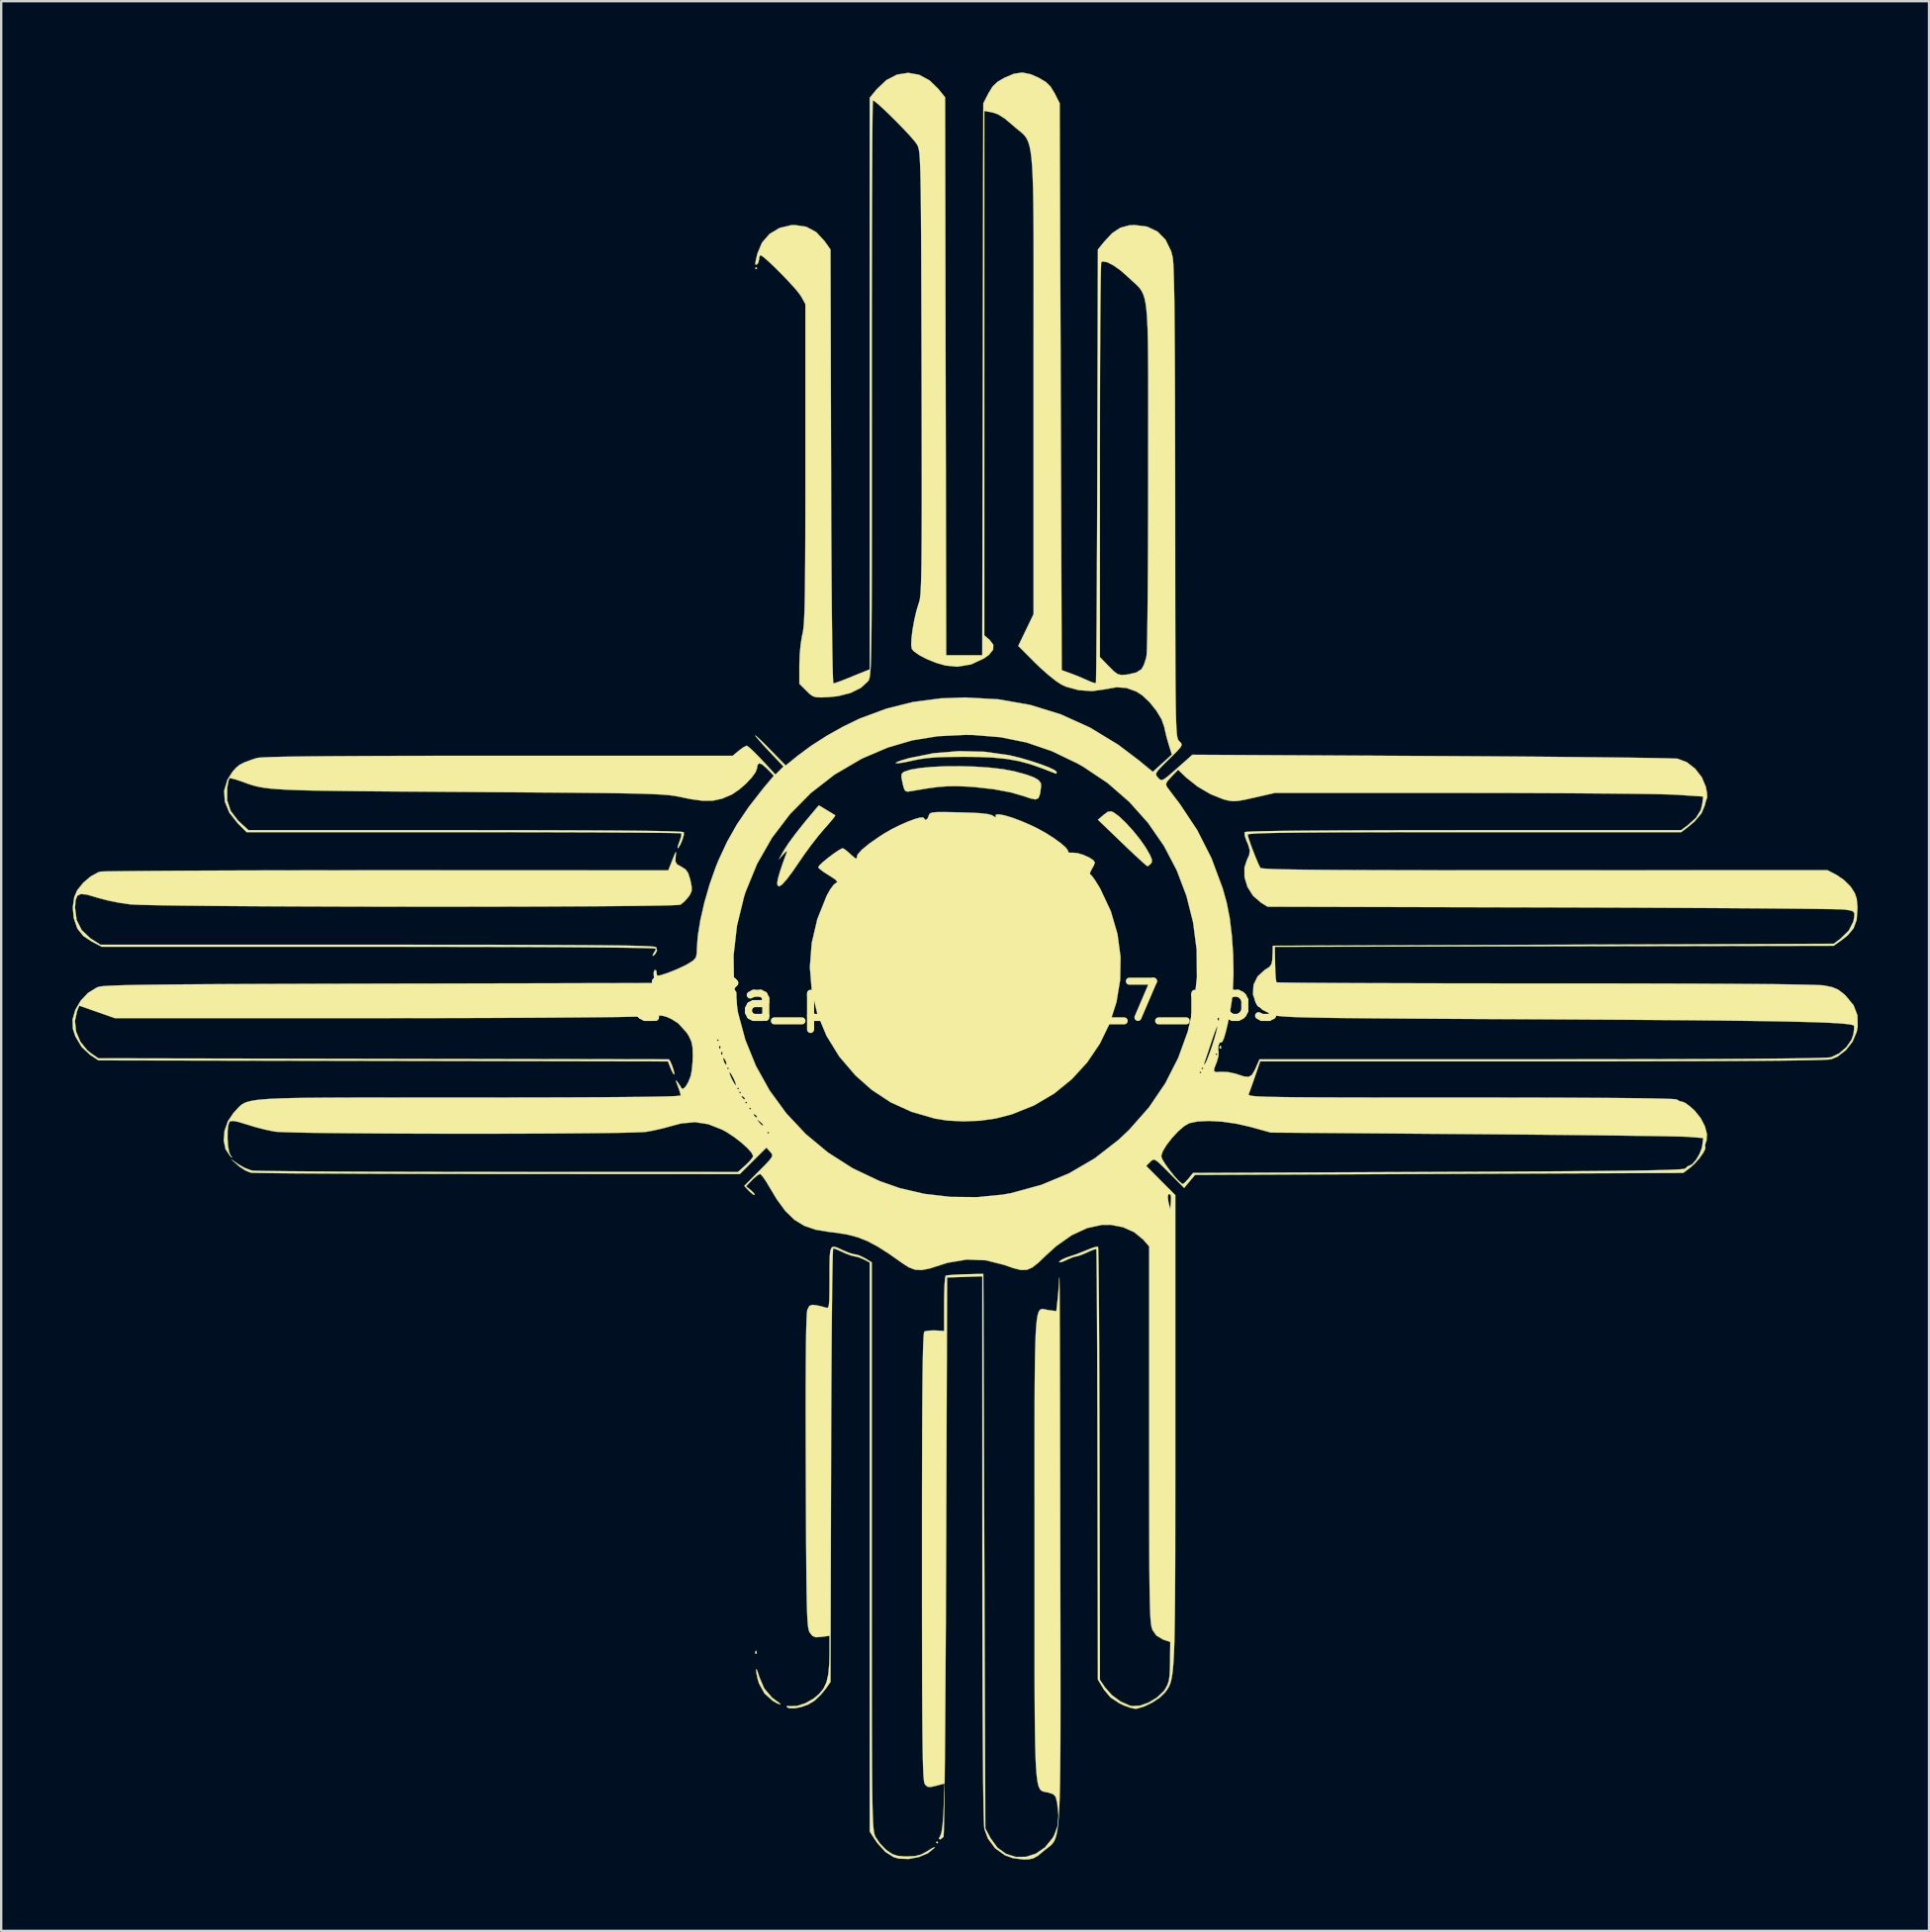
<source format=kicad_pcb>
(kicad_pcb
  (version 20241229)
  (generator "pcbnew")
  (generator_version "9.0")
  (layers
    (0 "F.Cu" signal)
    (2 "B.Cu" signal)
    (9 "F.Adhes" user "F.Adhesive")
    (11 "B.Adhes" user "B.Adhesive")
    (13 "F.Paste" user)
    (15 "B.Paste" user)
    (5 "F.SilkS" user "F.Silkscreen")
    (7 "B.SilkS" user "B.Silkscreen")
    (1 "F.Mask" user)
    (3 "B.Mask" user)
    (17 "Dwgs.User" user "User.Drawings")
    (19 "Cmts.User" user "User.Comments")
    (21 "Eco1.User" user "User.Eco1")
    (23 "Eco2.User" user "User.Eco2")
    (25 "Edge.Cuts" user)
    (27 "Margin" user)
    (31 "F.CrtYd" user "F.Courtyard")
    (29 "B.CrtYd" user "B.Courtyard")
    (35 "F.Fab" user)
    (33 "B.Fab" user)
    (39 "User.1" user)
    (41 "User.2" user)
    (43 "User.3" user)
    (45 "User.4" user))
  (footprint "dczia_png_export_7_pos"
    (layer "F.Cu")
    (at 37.218 39.107)
    (property "Reference" "dczia_png_export_7_pos" (at 0 0 0) (layer "F.SilkS") (effects (font (size 1.524 1.524) (thickness 0.3))))
    (attr through_hole)
    (fp_poly (pts (xy -0.487 32.987) (xy -0.487 32.953) (xy -0.486 32.953) (xy -0.487 32.987)) (stroke (width 0.01) (type solid)) (fill yes) (layer "F.SilkS"))
    (fp_poly (pts (xy -8.382 -30.861) (xy -8.424 -30.819) (xy -8.467 -30.861) (xy -8.424 -30.903) (xy -8.382 -30.861)) (stroke (width 0.01) (type solid)) (fill yes) (layer "F.SilkS"))
    (fp_poly (pts (xy -0.762 35.433) (xy -0.804 35.475) (xy -0.847 35.433) (xy -0.804 35.391) (xy -0.762 35.433)) (stroke (width 0.01) (type solid)) (fill yes) (layer "F.SilkS"))
    (fp_poly (pts (xy -8.41 27.376) (xy -8.4 27.476) (xy -8.41 27.488) (xy -8.461 27.477) (xy -8.467 27.432) (xy -8.436 27.362) (xy -8.41 27.376)) (stroke (width 0.01) (type solid)) (fill yes) (layer "F.SilkS"))
    (fp_poly (pts (xy 11.148 1.891) (xy 11.158 1.991) (xy 11.148 2.004) (xy 11.097 1.992) (xy 11.091 1.947) (xy 11.122 1.878) (xy 11.148 1.891)) (stroke (width 0.01) (type solid)) (fill yes) (layer "F.SilkS"))
    (fp_poly (pts (xy -0.493 33.466) (xy -0.502 34.099) (xy -0.511 34.598) (xy -0.52 34.953) (xy -0.529 35.155) (xy -0.534 35.2) (xy -0.65 35.297) (xy -0.693 35.306) (xy -0.726 35.257) (xy -0.675 35.176) (xy -0.619 35.021) (xy -0.573 34.711) (xy -0.538 34.258) (xy -0.526 33.999) (xy -0.487 32.987) (xy -0.493 33.466)) (stroke (width 0.01) (type solid)) (fill yes) (layer "F.SilkS"))
    (fp_poly (pts (xy -8.395 28.158) (xy -8.332 28.328) (xy -8.296 28.452) (xy -8.085 28.947) (xy -7.752 29.338) (xy -7.58 29.466) (xy -7.436 29.57) (xy -7.397 29.624) (xy -7.408 29.626) (xy -7.534 29.58) (xy -7.718 29.476) (xy -7.722 29.474) (xy -8.071 29.163) (xy -8.301 28.745) (xy -8.364 28.535) (xy -8.419 28.271) (xy -8.427 28.142) (xy -8.395 28.158)) (stroke (width 0.01) (type solid)) (fill yes) (layer "F.SilkS"))
    (fp_poly (pts (xy 6.63 -7.945) (xy 6.856 -7.781) (xy 7.138 -7.514) (xy 7.441 -7.183) (xy 7.731 -6.826) (xy 7.971 -6.483) (xy 7.999 -6.438) (xy 8.163 -6.152) (xy 8.24 -5.969) (xy 8.242 -5.851) (xy 8.21 -5.797) (xy 8.1 -5.695) (xy 8.054 -5.677) (xy 7.978 -5.734) (xy 7.803 -5.89) (xy 7.548 -6.124) (xy 7.235 -6.418) (xy 6.985 -6.658) (xy 5.969 -7.635) (xy 6.207 -7.839) (xy 6.385 -7.97) (xy 6.52 -7.989) (xy 6.63 -7.945)) (stroke (width 0.01) (type solid)) (fill yes) (layer "F.SilkS"))
    (fp_poly (pts (xy -5.453 -8.043) (xy -5.248 -7.919) (xy -5.114 -7.836) (xy -5.091 -7.821) (xy -5.129 -7.752) (xy -5.258 -7.589) (xy -5.454 -7.363) (xy -5.543 -7.264) (xy -5.809 -6.95) (xy -6.115 -6.557) (xy -6.411 -6.15) (xy -6.535 -5.969) (xy -6.874 -5.474) (xy -7.137 -5.123) (xy -7.329 -4.909) (xy -7.455 -4.827) (xy -7.522 -4.873) (xy -7.535 -4.982) (xy -7.505 -5.158) (xy -7.42 -5.455) (xy -7.292 -5.836) (xy -7.149 -6.223) (xy -7.124 -6.316) (xy -7.175 -6.287) (xy -7.276 -6.181) (xy -7.467 -5.969) (xy -7.268 -6.324) (xy -7.074 -6.628) (xy -6.777 -7.032) (xy -6.396 -7.514) (xy -6.003 -7.984) (xy -5.783 -8.242) (xy -5.453 -8.043)) (stroke (width 0.01) (type solid)) (fill yes) (layer "F.SilkS"))
    (fp_poly (pts (xy 1.206 -10.498) (xy 2.239 -10.352) (xy 2.674 -10.248) (xy 3.142 -10.111) (xy 3.559 -9.973) (xy 3.898 -9.844) (xy 4.131 -9.734) (xy 4.231 -9.655) (xy 4.233 -9.646) (xy 4.216 -9.573) (xy 4.212 -9.573) (xy 4.129 -9.604) (xy 3.93 -9.68) (xy 3.657 -9.785) (xy 3.644 -9.791) (xy 3.134 -9.971) (xy 2.642 -10.104) (xy 2.13 -10.196) (xy 1.557 -10.253) (xy 0.883 -10.281) (xy 0.339 -10.286) (xy -0.297 -10.281) (xy -0.799 -10.265) (xy -1.205 -10.233) (xy -1.549 -10.185) (xy -1.801 -10.133) (xy -2.185 -10.051) (xy -2.436 -10.014) (xy -2.546 -10.017) (xy -2.509 -10.058) (xy -2.318 -10.131) (xy -1.979 -10.231) (xy -0.954 -10.437) (xy 0.124 -10.526) (xy 1.206 -10.498)) (stroke (width 0.01) (type solid)) (fill yes) (layer "F.SilkS"))
    (fp_poly (pts (xy 0.81 -9.871) (xy 1.414 -9.83) (xy 1.962 -9.767) (xy 2.422 -9.681) (xy 2.455 -9.673) (xy 2.934 -9.543) (xy 3.265 -9.424) (xy 3.468 -9.307) (xy 3.565 -9.178) (xy 3.578 -9.055) (xy 3.535 -8.728) (xy 3.466 -8.546) (xy 3.339 -8.489) (xy 3.121 -8.534) (xy 2.921 -8.604) (xy 2.313 -8.783) (xy 1.58 -8.921) (xy 0.762 -9.012) (xy 0.466 -9.032) (xy 0.032 -9.048) (xy -0.349 -9.045) (xy -0.73 -9.018) (xy -1.161 -8.962) (xy -1.692 -8.874) (xy -1.868 -8.843) (xy -2.051 -8.817) (xy -2.151 -8.853) (xy -2.211 -8.986) (xy -2.259 -9.181) (xy -2.306 -9.426) (xy -2.298 -9.561) (xy -2.228 -9.637) (xy -2.2 -9.653) (xy -1.932 -9.743) (xy -1.527 -9.813) (xy -1.019 -9.86) (xy -0.439 -9.886) (xy 0.181 -9.889) (xy 0.81 -9.871)) (stroke (width 0.01) (type solid)) (fill yes) (layer "F.SilkS"))
    (fp_poly (pts (xy -0.097 -7.951) (xy 0.151 -7.945) (xy 0.683 -7.929) (xy 1.07 -7.906) (xy 1.334 -7.873) (xy 1.499 -7.829) (xy 1.57 -7.789) (xy 1.665 -7.728) (xy 1.662 -7.768) (xy 1.666 -7.849) (xy 1.799 -7.863) (xy 2.037 -7.82) (xy 2.358 -7.724) (xy 2.738 -7.582) (xy 3.152 -7.402) (xy 3.413 -7.276) (xy 3.771 -7.079) (xy 4.108 -6.865) (xy 4.396 -6.657) (xy 4.605 -6.476) (xy 4.707 -6.343) (xy 4.71 -6.305) (xy 4.751 -6.245) (xy 4.907 -6.247) (xy 5.101 -6.232) (xy 5.345 -6.16) (xy 5.586 -6.054) (xy 5.77 -5.938) (xy 5.842 -5.837) (xy 5.799 -5.71) (xy 5.705 -5.543) (xy 5.633 -5.397) (xy 5.646 -5.334) (xy 5.648 -5.334) (xy 5.723 -5.265) (xy 5.854 -5.082) (xy 6.017 -4.819) (xy 6.074 -4.72) (xy 6.514 -3.782) (xy 6.794 -2.822) (xy 6.923 -1.855) (xy 6.907 -0.895) (xy 6.752 0.043) (xy 6.464 0.945) (xy 6.052 1.796) (xy 5.521 2.581) (xy 4.877 3.286) (xy 4.129 3.896) (xy 3.281 4.396) (xy 2.342 4.772) (xy 1.675 4.945) (xy 1.018 5.039) (xy 0.31 5.068) (xy -0.377 5.033) (xy -0.889 4.953) (xy -1.88 4.665) (xy -2.76 4.266) (xy -3.559 3.739) (xy -4.238 3.138) (xy -4.922 2.34) (xy -5.459 1.469) (xy -5.846 0.541) (xy -6.081 -0.43) (xy -6.161 -1.429) (xy -6.084 -2.441) (xy -5.848 -3.45) (xy -5.451 -4.443) (xy -5.45 -4.445) (xy -5.302 -4.707) (xy -5.156 -4.9) (xy -5.056 -4.977) (xy -5.003 -5.02) (xy -5.072 -5.103) (xy -5.275 -5.241) (xy -5.344 -5.283) (xy -5.583 -5.436) (xy -5.753 -5.566) (xy -5.812 -5.632) (xy -5.76 -5.712) (xy -5.608 -5.856) (xy -5.396 -6.031) (xy -5.165 -6.205) (xy -4.955 -6.348) (xy -4.807 -6.427) (xy -4.776 -6.435) (xy -4.679 -6.38) (xy -4.512 -6.243) (xy -4.423 -6.16) (xy -4.27 -6.028) (xy -4.191 -5.991) (xy -4.191 -6.023) (xy -4.157 -6.164) (xy -3.977 -6.369) (xy -3.662 -6.629) (xy -3.219 -6.937) (xy -3.048 -7.047) (xy -2.73 -7.231) (xy -2.384 -7.404) (xy -2.042 -7.554) (xy -1.74 -7.667) (xy -1.509 -7.729) (xy -1.384 -7.728) (xy -1.372 -7.715) (xy -1.296 -7.623) (xy -1.208 -7.679) (xy -1.159 -7.797) (xy -1.134 -7.865) (xy -1.083 -7.912) (xy -0.98 -7.942) (xy -0.799 -7.956) (xy -0.514 -7.958) (xy -0.097 -7.951)) (stroke (width 0.01) (type solid)) (fill yes) (layer "F.SilkS"))
    (fp_poly (pts (xy -11.803 -6.176) (xy -11.814 -6.091) (xy -11.825 -5.881) (xy -11.756 -5.759) (xy -11.575 -5.656) (xy -11.397 -5.546) (xy -11.286 -5.391) (xy -11.205 -5.135) (xy -11.192 -5.082) (xy -11.139 -4.812) (xy -11.14 -4.638) (xy -11.202 -4.49) (xy -11.266 -4.395) (xy -11.435 -4.199) (xy -11.603 -4.062) (xy -11.611 -4.058) (xy -11.719 -4.045) (xy -11.984 -4.033) (xy -12.394 -4.022) (xy -12.938 -4.013) (xy -13.603 -4.004) (xy -14.377 -3.997) (xy -15.249 -3.99) (xy -16.207 -3.985) (xy -17.237 -3.98) (xy -18.33 -3.976) (xy -19.471 -3.974) (xy -20.65 -3.972) (xy -21.855 -3.972) (xy -23.073 -3.972) (xy -24.293 -3.974) (xy -25.502 -3.976) (xy -26.689 -3.98) (xy -27.841 -3.984) (xy -28.946 -3.989) (xy -29.994 -3.995) (xy -30.971 -4.002) (xy -31.865 -4.01) (xy -32.665 -4.019) (xy -33.359 -4.029) (xy -33.934 -4.04) (xy -34.379 -4.051) (xy -34.682 -4.064) (xy -34.798 -4.072) (xy -35.248 -4.138) (xy -35.725 -4.234) (xy -36.142 -4.343) (xy -36.23 -4.371) (xy -36.609 -4.482) (xy -36.862 -4.507) (xy -37.012 -4.433) (xy -37.086 -4.247) (xy -37.109 -3.935) (xy -37.109 -3.924) (xy -37.042 -3.414) (xy -36.828 -2.988) (xy -36.47 -2.648) (xy -36.417 -2.613) (xy -36.035 -2.371) (xy -24.378 -2.371) (xy -22.676 -2.37) (xy -21.136 -2.369) (xy -19.751 -2.368) (xy -18.515 -2.366) (xy -17.419 -2.362) (xy -16.457 -2.358) (xy -15.622 -2.354) (xy -14.906 -2.348) (xy -14.303 -2.341) (xy -13.805 -2.333) (xy -13.406 -2.323) (xy -13.097 -2.313) (xy -12.873 -2.301) (xy -12.725 -2.288) (xy -12.648 -2.273) (xy -12.633 -2.265) (xy -12.598 -2.123) (xy -12.665 -1.994) (xy -12.754 -1.904) (xy -12.785 -1.926) (xy -12.722 -2.057) (xy -12.699 -2.075) (xy -12.65 -2.177) (xy -12.661 -2.207) (xy -12.752 -2.218) (xy -13.006 -2.229) (xy -13.418 -2.238) (xy -13.981 -2.247) (xy -14.69 -2.255) (xy -15.538 -2.262) (xy -16.521 -2.269) (xy -17.631 -2.274) (xy -18.863 -2.279) (xy -20.212 -2.282) (xy -21.67 -2.284) (xy -23.233 -2.286) (xy -24.348 -2.286) (xy -35.986 -2.286) (xy -36.412 -2.509) (xy -36.758 -2.739) (xy -36.988 -3.023) (xy -37.02 -3.08) (xy -37.162 -3.492) (xy -37.203 -3.945) (xy -37.141 -4.377) (xy -37.017 -4.667) (xy -36.765 -4.98) (xy -36.45 -5.248) (xy -36.129 -5.423) (xy -36.047 -5.449) (xy -35.936 -5.455) (xy -35.666 -5.462) (xy -35.245 -5.468) (xy -34.685 -5.474) (xy -33.995 -5.48) (xy -33.185 -5.485) (xy -32.265 -5.49) (xy -31.244 -5.494) (xy -30.132 -5.498) (xy -28.94 -5.501) (xy -27.676 -5.503) (xy -26.352 -5.505) (xy -24.976 -5.506) (xy -23.969 -5.506) (xy -12.123 -5.505) (xy -12.015 -5.779) (xy -11.92 -6.021) (xy -11.84 -6.221) (xy -11.84 -6.223) (xy -11.802 -6.281) (xy -11.803 -6.176)) (stroke (width 0.01) (type solid)) (fill yes) (layer "F.SilkS"))
    (fp_poly (pts (xy -5.022 10.378) (xy -4.831 10.465) (xy -4.761 10.499) (xy -4.515 10.602) (xy -4.311 10.662) (xy -4.259 10.668) (xy -4.088 10.711) (xy -3.866 10.816) (xy -3.831 10.836) (xy -3.556 11.004) (xy -3.556 22.947) (xy -3.556 24.606) (xy -3.556 26.105) (xy -3.555 27.451) (xy -3.554 28.654) (xy -3.553 29.721) (xy -3.551 30.66) (xy -3.548 31.482) (xy -3.544 32.193) (xy -3.54 32.802) (xy -3.534 33.318) (xy -3.527 33.749) (xy -3.519 34.104) (xy -3.509 34.391) (xy -3.498 34.618) (xy -3.486 34.795) (xy -3.471 34.929) (xy -3.455 35.029) (xy -3.436 35.103) (xy -3.416 35.16) (xy -3.393 35.209) (xy -3.392 35.21) (xy -3.217 35.468) (xy -2.98 35.717) (xy -2.906 35.777) (xy -2.687 35.923) (xy -2.472 35.997) (xy -2.188 36.023) (xy -2.069 36.024) (xy -1.732 36.009) (xy -1.479 35.944) (xy -1.225 35.808) (xy -1.179 35.778) (xy -0.996 35.667) (xy -0.906 35.633) (xy -0.917 35.668) (xy -1.195 35.892) (xy -1.575 36.05) (xy -1.999 36.129) (xy -2.408 36.116) (xy -2.625 36.058) (xy -2.977 35.836) (xy -3.316 35.465) (xy -3.439 35.287) (xy -3.641 34.971) (xy -3.641 11.011) (xy -3.89 10.882) (xy -4.105 10.791) (xy -4.274 10.753) (xy -4.276 10.753) (xy -4.431 10.717) (xy -4.663 10.629) (xy -4.761 10.583) (xy -4.985 10.482) (xy -5.144 10.421) (xy -5.179 10.414) (xy -5.188 10.497) (xy -5.198 10.738) (xy -5.207 11.127) (xy -5.216 11.652) (xy -5.225 12.303) (xy -5.233 13.069) (xy -5.241 13.939) (xy -5.248 14.901) (xy -5.255 15.946) (xy -5.26 17.061) (xy -5.265 18.237) (xy -5.269 19.462) (xy -5.269 19.543) (xy -5.292 28.672) (xy -5.492 28.962) (xy -5.697 29.21) (xy -5.944 29.447) (xy -5.987 29.481) (xy -6.232 29.625) (xy -6.524 29.731) (xy -6.81 29.787) (xy -7.035 29.782) (xy -7.125 29.739) (xy -7.132 29.686) (xy -6.989 29.697) (xy -6.693 29.684) (xy -6.345 29.569) (xy -6.001 29.374) (xy -5.766 29.177) (xy -5.584 28.949) (xy -5.459 28.681) (xy -5.382 28.34) (xy -5.344 27.891) (xy -5.336 27.484) (xy -5.334 26.732) (xy -5.676 26.778) (xy -5.909 26.794) (xy -6.049 26.742) (xy -6.163 26.603) (xy -6.189 26.552) (xy -6.213 26.478) (xy -6.233 26.372) (xy -6.251 26.22) (xy -6.266 26.013) (xy -6.278 25.737) (xy -6.289 25.383) (xy -6.298 24.938) (xy -6.306 24.392) (xy -6.312 23.733) (xy -6.318 22.949) (xy -6.323 22.029) (xy -6.328 20.962) (xy -6.332 19.809) (xy -6.336 18.414) (xy -6.338 17.185) (xy -6.337 16.119) (xy -6.332 15.215) (xy -6.325 14.469) (xy -6.316 13.877) (xy -6.303 13.439) (xy -6.288 13.15) (xy -6.269 13.007) (xy -6.267 13) (xy -6.182 12.839) (xy -6.055 12.793) (xy -5.904 12.809) (xy -5.663 12.86) (xy -5.482 12.914) (xy -5.426 12.924) (xy -5.386 12.89) (xy -5.36 12.787) (xy -5.344 12.592) (xy -5.337 12.282) (xy -5.334 11.834) (xy -5.334 11.651) (xy -5.333 11.128) (xy -5.325 10.755) (xy -5.299 10.513) (xy -5.246 10.382) (xy -5.157 10.344) (xy -5.022 10.378)) (stroke (width 0.01) (type solid)) (fill yes) (layer "F.SilkS"))
    (fp_poly (pts (xy 1.185 23.165) (xy 1.228 34.84) (xy 1.446 35.254) (xy 1.736 35.652) (xy 2.101 35.915) (xy 2.511 36.044) (xy 2.939 36.04) (xy 3.359 35.905) (xy 3.743 35.64) (xy 4.063 35.246) (xy 4.124 35.138) (xy 4.267 34.756) (xy 4.31 34.318) (xy 4.256 33.784) (xy 4.249 33.743) (xy 4.191 33.519) (xy 4.088 33.403) (xy 3.881 33.334) (xy 3.87 33.331) (xy 3.785 33.315) (xy 3.709 33.301) (xy 3.641 33.282) (xy 3.581 33.249) (xy 3.529 33.191) (xy 3.483 33.101) (xy 3.444 32.969) (xy 3.411 32.787) (xy 3.384 32.546) (xy 3.361 32.235) (xy 3.343 31.848) (xy 3.329 31.374) (xy 3.319 30.804) (xy 3.311 30.131) (xy 3.306 29.344) (xy 3.303 28.434) (xy 3.302 27.394) (xy 3.302 26.213) (xy 3.302 24.883) (xy 3.302 23.395) (xy 3.302 22.997) (xy 3.302 21.477) (xy 3.301 20.117) (xy 3.301 18.908) (xy 3.302 17.843) (xy 3.304 16.911) (xy 3.308 16.105) (xy 3.315 15.415) (xy 3.324 14.832) (xy 3.337 14.349) (xy 3.353 13.954) (xy 3.375 13.641) (xy 3.401 13.4) (xy 3.432 13.223) (xy 3.47 13.099) (xy 3.514 13.022) (xy 3.566 12.981) (xy 3.625 12.968) (xy 3.692 12.974) (xy 3.767 12.991) (xy 3.852 13.009) (xy 3.886 13.014) (xy 4.219 13.059) (xy 4.269 12.604) (xy 4.304 12.246) (xy 4.334 11.84) (xy 4.345 11.642) (xy 4.348 11.664) (xy 4.352 11.847) (xy 4.355 12.181) (xy 4.358 12.657) (xy 4.361 13.266) (xy 4.365 13.999) (xy 4.368 14.847) (xy 4.371 15.801) (xy 4.374 16.852) (xy 4.376 17.991) (xy 4.379 19.209) (xy 4.381 20.497) (xy 4.383 21.845) (xy 4.385 22.945) (xy 4.387 24.626) (xy 4.39 26.147) (xy 4.392 27.515) (xy 4.393 28.74) (xy 4.393 29.828) (xy 4.392 30.789) (xy 4.388 31.632) (xy 4.381 32.364) (xy 4.372 32.994) (xy 4.359 33.53) (xy 4.342 33.982) (xy 4.32 34.356) (xy 4.294 34.663) (xy 4.262 34.909) (xy 4.225 35.104) (xy 4.181 35.255) (xy 4.13 35.373) (xy 4.072 35.463) (xy 4.007 35.536) (xy 3.933 35.6) (xy 3.851 35.663) (xy 3.759 35.733) (xy 3.683 35.796) (xy 3.44 35.996) (xy 3.25 36.104) (xy 3.045 36.146) (xy 2.846 36.153) (xy 2.39 36.095) (xy 2.058 35.977) (xy 1.64 35.679) (xy 1.337 35.268) (xy 1.19 34.87) (xy 1.177 34.726) (xy 1.164 34.416) (xy 1.153 33.943) (xy 1.143 33.31) (xy 1.134 32.519) (xy 1.126 31.575) (xy 1.119 30.48) (xy 1.113 29.237) (xy 1.109 27.849) (xy 1.106 26.32) (xy 1.104 24.652) (xy 1.103 23.047) (xy 1.101 11.593) (xy 0.36 11.617) (xy -0.381 11.642) (xy -0.423 23.368) (xy -0.429 24.765) (xy -0.435 26.115) (xy -0.442 27.411) (xy -0.45 28.64) (xy -0.458 29.795) (xy -0.466 30.864) (xy -0.475 31.839) (xy -0.484 32.71) (xy -0.487 32.953) (xy -0.844 33.048) (xy -1.076 33.1) (xy -1.209 33.088) (xy -1.304 33.003) (xy -1.32 32.981) (xy -1.339 32.935) (xy -1.356 32.844) (xy -1.371 32.701) (xy -1.384 32.496) (xy -1.395 32.22) (xy -1.405 31.864) (xy -1.413 31.421) (xy -1.42 30.88) (xy -1.426 30.232) (xy -1.43 29.47) (xy -1.434 28.585) (xy -1.436 27.566) (xy -1.438 26.406) (xy -1.439 25.096) (xy -1.439 23.627) (xy -1.439 23.399) (xy -1.439 21.854) (xy -1.438 20.471) (xy -1.435 19.242) (xy -1.432 18.162) (xy -1.428 17.223) (xy -1.422 16.417) (xy -1.415 15.738) (xy -1.407 15.179) (xy -1.397 14.731) (xy -1.386 14.389) (xy -1.373 14.145) (xy -1.359 13.992) (xy -1.343 13.923) (xy -1.339 13.918) (xy -1.196 13.883) (xy -0.961 13.872) (xy -0.873 13.874) (xy -0.508 13.893) (xy -0.508 12.751) (xy -0.503 12.329) (xy -0.49 11.971) (xy -0.471 11.71) (xy -0.447 11.577) (xy -0.441 11.568) (xy -0.331 11.547) (xy -0.094 11.528) (xy 0.227 11.512) (xy 0.385 11.508) (xy 1.143 11.489) (xy 1.185 23.165)) (stroke (width 0.01) (type solid)) (fill yes) (layer "F.SilkS"))
    (fp_poly (pts (xy 3.143 -39.029) (xy 3.476 -38.883) (xy 3.777 -38.705) (xy 3.979 -38.507) (xy 4.147 -38.229) (xy 4.36 -37.808) (xy 4.403 -25.872) (xy 4.445 -13.936) (xy 4.826 -13.798) (xy 5.142 -13.676) (xy 5.456 -13.541) (xy 5.528 -13.508) (xy 5.733 -13.421) (xy 5.865 -13.387) (xy 5.884 -13.391) (xy 5.889 -13.478) (xy 5.894 -13.724) (xy 5.899 -14.118) (xy 5.905 -14.648) (xy 5.91 -15.303) (xy 5.916 -16.072) (xy 5.921 -16.945) (xy 5.926 -17.911) (xy 5.931 -18.958) (xy 5.936 -20.075) (xy 5.94 -21.252) (xy 5.944 -22.478) (xy 5.944 -22.538) (xy 5.945 -22.772) (xy 6.054 -22.772) (xy 6.054 -14.485) (xy 6.435 -14.094) (xy 6.647 -13.883) (xy 6.799 -13.771) (xy 6.949 -13.733) (xy 7.153 -13.744) (xy 7.239 -13.755) (xy 7.589 -13.837) (xy 7.805 -13.976) (xy 7.806 -13.977) (xy 7.907 -14.163) (xy 7.994 -14.432) (xy 8.018 -14.545) (xy 8.028 -14.689) (xy 8.038 -14.989) (xy 8.047 -15.433) (xy 8.056 -16.006) (xy 8.063 -16.695) (xy 8.07 -17.488) (xy 8.076 -18.372) (xy 8.08 -19.332) (xy 8.083 -20.357) (xy 8.085 -21.432) (xy 8.086 -22.183) (xy 8.086 -23.478) (xy 8.087 -24.615) (xy 8.088 -25.606) (xy 8.086 -26.46) (xy 8.082 -27.191) (xy 8.074 -27.808) (xy 8.061 -28.323) (xy 8.041 -28.747) (xy 8.014 -29.092) (xy 7.979 -29.369) (xy 7.934 -29.588) (xy 7.878 -29.762) (xy 7.811 -29.901) (xy 7.731 -30.017) (xy 7.637 -30.12) (xy 7.528 -30.223) (xy 7.402 -30.336) (xy 7.266 -30.464) (xy 6.935 -30.757) (xy 6.625 -30.979) (xy 6.362 -31.113) (xy 6.172 -31.145) (xy 6.111 -31.116) (xy 6.103 -31.025) (xy 6.096 -30.777) (xy 6.088 -30.382) (xy 6.081 -29.852) (xy 6.075 -29.199) (xy 6.069 -28.435) (xy 6.064 -27.571) (xy 6.06 -26.618) (xy 6.057 -25.589) (xy 6.055 -24.494) (xy 6.054 -23.346) (xy 6.054 -22.772) (xy 5.945 -22.772) (xy 5.969 -31.65) (xy 6.231 -31.975) (xy 6.573 -32.341) (xy 6.911 -32.565) (xy 7.285 -32.668) (xy 7.514 -32.681) (xy 8.048 -32.611) (xy 8.484 -32.402) (xy 8.82 -32.059) (xy 9.05 -31.586) (xy 9.117 -31.333) (xy 9.134 -31.206) (xy 9.149 -30.984) (xy 9.162 -30.66) (xy 9.174 -30.229) (xy 9.185 -29.684) (xy 9.194 -29.019) (xy 9.201 -28.227) (xy 9.208 -27.302) (xy 9.213 -26.238) (xy 9.217 -25.027) (xy 9.22 -23.665) (xy 9.222 -22.144) (xy 9.223 -20.979) (xy 9.224 -19.478) (xy 9.225 -18.137) (xy 9.226 -16.947) (xy 9.228 -15.899) (xy 9.23 -14.983) (xy 9.233 -14.19) (xy 9.237 -13.512) (xy 9.242 -12.938) (xy 9.248 -12.461) (xy 9.255 -12.069) (xy 9.264 -11.756) (xy 9.275 -11.51) (xy 9.288 -11.323) (xy 9.302 -11.187) (xy 9.319 -11.09) (xy 9.339 -11.025) (xy 9.36 -10.983) (xy 9.385 -10.953) (xy 9.401 -10.938) (xy 9.474 -10.862) (xy 9.498 -10.79) (xy 9.456 -10.694) (xy 9.331 -10.549) (xy 9.109 -10.326) (xy 8.958 -10.179) (xy 8.682 -9.907) (xy 8.511 -9.726) (xy 8.429 -9.607) (xy 8.42 -9.523) (xy 8.467 -9.446) (xy 8.502 -9.406) (xy 8.577 -9.331) (xy 8.649 -9.304) (xy 8.749 -9.34) (xy 8.902 -9.453) (xy 9.14 -9.657) (xy 9.304 -9.802) (xy 9.948 -10.372) (xy 19.981 -10.32) (xy 21.278 -10.313) (xy 22.532 -10.305) (xy 23.733 -10.296) (xy 24.869 -10.287) (xy 25.93 -10.277) (xy 26.904 -10.267) (xy 27.782 -10.257) (xy 28.551 -10.247) (xy 29.201 -10.237) (xy 29.721 -10.228) (xy 30.1 -10.218) (xy 30.328 -10.209) (xy 30.386 -10.204) (xy 30.769 -10.06) (xy 31.121 -9.787) (xy 31.402 -9.425) (xy 31.569 -9.029) (xy 31.618 -8.779) (xy 31.63 -8.594) (xy 31.619 -8.546) (xy 31.567 -8.405) (xy 31.528 -8.241) (xy 31.389 -7.907) (xy 31.096 -7.56) (xy 30.841 -7.345) (xy 30.535 -7.112) (xy 21.406 -7.112) (xy 19.912 -7.112) (xy 18.58 -7.111) (xy 17.401 -7.108) (xy 16.368 -7.106) (xy 15.472 -7.101) (xy 14.706 -7.096) (xy 14.061 -7.09) (xy 13.529 -7.082) (xy 13.103 -7.073) (xy 12.775 -7.062) (xy 12.536 -7.05) (xy 12.379 -7.036) (xy 12.296 -7.02) (xy 12.277 -7.006) (xy 12.307 -6.88) (xy 12.385 -6.647) (xy 12.492 -6.357) (xy 12.61 -6.057) (xy 12.719 -5.798) (xy 12.8 -5.628) (xy 12.811 -5.609) (xy 12.852 -5.594) (xy 12.959 -5.58) (xy 13.139 -5.568) (xy 13.4 -5.556) (xy 13.747 -5.547) (xy 14.188 -5.538) (xy 14.731 -5.531) (xy 15.381 -5.525) (xy 16.147 -5.519) (xy 17.036 -5.515) (xy 18.053 -5.512) (xy 19.207 -5.509) (xy 20.504 -5.508) (xy 21.951 -5.507) (xy 23.556 -5.507) (xy 24.785 -5.507) (xy 36.691 -5.51) (xy 37.077 -5.312) (xy 37.376 -5.109) (xy 37.646 -4.845) (xy 37.708 -4.766) (xy 37.85 -4.534) (xy 37.925 -4.308) (xy 37.954 -4.016) (xy 37.957 -3.872) (xy 37.922 -3.414) (xy 37.792 -3.061) (xy 37.541 -2.761) (xy 37.295 -2.567) (xy 36.957 -2.328) (xy 25.188 -2.306) (xy 13.42 -2.284) (xy 13.432 -1.56) (xy 13.442 -1.227) (xy 13.46 -0.962) (xy 13.482 -0.809) (xy 13.491 -0.789) (xy 13.58 -0.783) (xy 13.828 -0.778) (xy 14.226 -0.773) (xy 14.764 -0.767) (xy 15.431 -0.763) (xy 16.218 -0.758) (xy 17.116 -0.754) (xy 18.113 -0.751) (xy 19.2 -0.748) (xy 20.368 -0.745) (xy 21.606 -0.744) (xy 22.905 -0.742) (xy 24.254 -0.742) (xy 24.782 -0.742) (xy 26.628 -0.741) (xy 28.323 -0.739) (xy 29.865 -0.735) (xy 31.253 -0.731) (xy 32.485 -0.725) (xy 33.559 -0.717) (xy 34.473 -0.709) (xy 35.227 -0.699) (xy 35.816 -0.687) (xy 36.241 -0.675) (xy 36.5 -0.661) (xy 36.565 -0.654) (xy 36.901 -0.583) (xy 37.145 -0.479) (xy 37.376 -0.305) (xy 37.467 -0.22) (xy 37.794 0.178) (xy 37.958 0.604) (xy 37.966 1.079) (xy 37.926 1.291) (xy 37.754 1.705) (xy 37.468 2.071) (xy 37.112 2.343) (xy 36.857 2.449) (xy 36.729 2.464) (xy 36.452 2.477) (xy 36.026 2.489) (xy 35.446 2.499) (xy 34.713 2.508) (xy 33.824 2.516) (xy 32.776 2.523) (xy 31.569 2.529) (xy 30.201 2.533) (xy 28.669 2.537) (xy 26.972 2.539) (xy 25.108 2.539) (xy 24.669 2.54) (xy 12.804 2.54) (xy 12.593 3.154) (xy 12.484 3.471) (xy 12.388 3.738) (xy 12.326 3.905) (xy 12.321 3.916) (xy 12.317 3.939) (xy 12.334 3.96) (xy 12.38 3.979) (xy 12.465 3.995) (xy 12.599 4.009) (xy 12.79 4.021) (xy 13.048 4.031) (xy 13.382 4.039) (xy 13.802 4.046) (xy 14.317 4.052) (xy 14.937 4.056) (xy 15.67 4.059) (xy 16.526 4.061) (xy 17.515 4.063) (xy 18.645 4.064) (xy 19.927 4.064) (xy 21.28 4.064) (xy 22.903 4.065) (xy 24.37 4.067) (xy 25.68 4.071) (xy 26.832 4.077) (xy 27.823 4.084) (xy 28.654 4.092) (xy 29.321 4.102) (xy 29.824 4.114) (xy 30.161 4.127) (xy 30.331 4.142) (xy 30.353 4.149) (xy 30.473 4.221) (xy 30.563 4.233) (xy 30.703 4.29) (xy 30.908 4.439) (xy 31.101 4.614) (xy 31.355 4.93) (xy 31.534 5.276) (xy 31.62 5.607) (xy 31.6 5.881) (xy 31.577 5.933) (xy 31.536 6.073) (xy 31.551 6.123) (xy 31.547 6.227) (xy 31.452 6.41) (xy 31.294 6.631) (xy 31.101 6.849) (xy 30.923 7.008) (xy 30.62 7.239) (xy 20.338 7.281) (xy 10.057 7.324) (xy 9.829 7.597) (xy 9.601 7.87) (xy 8.973 7.237) (xy 8.692 6.957) (xy 8.505 6.781) (xy 8.382 6.694) (xy 8.298 6.68) (xy 8.226 6.724) (xy 8.175 6.774) (xy 8.005 6.943) (xy 8.617 7.559) (xy 9.229 8.174) (xy 9.229 18.053) (xy 9.229 19.601) (xy 9.228 20.989) (xy 9.227 22.226) (xy 9.226 23.322) (xy 9.222 24.285) (xy 9.217 25.126) (xy 9.21 25.852) (xy 9.201 26.474) (xy 9.189 27.001) (xy 9.173 27.442) (xy 9.154 27.807) (xy 9.131 28.103) (xy 9.104 28.342) (xy 9.072 28.532) (xy 9.036 28.682) (xy 8.994 28.802) (xy 8.946 28.901) (xy 8.892 28.988) (xy 8.832 29.072) (xy 8.795 29.122) (xy 8.579 29.332) (xy 8.272 29.536) (xy 7.936 29.701) (xy 7.633 29.794) (xy 7.536 29.803) (xy 7.339 29.764) (xy 7.068 29.666) (xy 6.874 29.575) (xy 6.499 29.327) (xy 6.229 29.007) (xy 6.201 28.961) (xy 5.969 28.575) (xy 5.952 19.527) (xy 5.95 18.304) (xy 5.947 17.129) (xy 5.943 16.013) (xy 5.94 14.968) (xy 5.935 14.003) (xy 5.931 13.13) (xy 5.927 12.361) (xy 5.922 11.706) (xy 5.917 11.176) (xy 5.913 10.782) (xy 5.908 10.536) (xy 5.904 10.447) (xy 5.904 10.447) (xy 5.816 10.461) (xy 5.63 10.534) (xy 5.522 10.584) (xy 5.287 10.686) (xy 5.104 10.746) (xy 5.06 10.753) (xy 4.917 10.789) (xy 4.7 10.88) (xy 4.627 10.915) (xy 4.434 10.997) (xy 4.342 11.001) (xy 4.34 10.979) (xy 4.435 10.897) (xy 4.636 10.805) (xy 4.747 10.768) (xy 5.064 10.662) (xy 5.411 10.527) (xy 5.524 10.479) (xy 5.76 10.387) (xy 5.927 10.344) (xy 5.975 10.349) (xy 5.982 10.439) (xy 5.988 10.687) (xy 5.995 11.082) (xy 6.001 11.613) (xy 6.008 12.27) (xy 6.014 13.041) (xy 6.019 13.915) (xy 6.024 14.881) (xy 6.029 15.929) (xy 6.033 17.047) (xy 6.036 18.224) (xy 6.039 19.449) (xy 6.039 19.493) (xy 6.054 28.587) (xy 6.265 28.9) (xy 6.556 29.229) (xy 6.921 29.498) (xy 7.3 29.667) (xy 7.415 29.693) (xy 7.737 29.674) (xy 8.101 29.546) (xy 8.451 29.336) (xy 8.731 29.073) (xy 8.797 28.982) (xy 8.893 28.812) (xy 8.954 28.633) (xy 8.989 28.401) (xy 9.004 28.07) (xy 9.008 27.829) (xy 9.017 26.991) (xy 8.721 26.894) (xy 8.434 26.725) (xy 8.276 26.501) (xy 8.251 26.442) (xy 8.229 26.366) (xy 8.21 26.261) (xy 8.193 26.118) (xy 8.179 25.926) (xy 8.167 25.674) (xy 8.157 25.352) (xy 8.149 24.95) (xy 8.142 24.458) (xy 8.137 23.864) (xy 8.134 23.159) (xy 8.131 22.331) (xy 8.13 21.371) (xy 8.129 20.269) (xy 8.128 19.013) (xy 8.128 18.27) (xy 8.128 10.335) (xy 7.869 10.04) (xy 7.498 9.735) (xy 7.024 9.524) (xy 6.496 9.423) (xy 6.147 9.425) (xy 5.513 9.563) (xy 4.866 9.863) (xy 4.216 10.321) (xy 3.791 10.706) (xy 3.463 11.02) (xy 3.207 11.221) (xy 2.978 11.321) (xy 2.732 11.328) (xy 2.423 11.254) (xy 2.026 11.115) (xy 1.248 10.919) (xy 0.449 10.888) (xy -0.354 11.022) (xy -0.671 11.122) (xy -1.119 11.266) (xy -1.46 11.331) (xy -1.738 11.314) (xy -1.998 11.213) (xy -2.256 11.048) (xy -2.827 10.646) (xy -3.308 10.339) (xy -3.734 10.113) (xy -4.14 9.951) (xy -4.565 9.839) (xy -5.043 9.76) (xy -5.334 9.727) (xy -5.914 9.632) (xy -6.398 9.466) (xy -6.815 9.211) (xy -7.192 8.845) (xy -7.556 8.348) (xy -7.832 7.888) (xy -7.999 7.608) (xy -8.145 7.397) (xy -8.244 7.29) (xy -8.26 7.283) (xy -8.37 7.339) (xy -8.537 7.48) (xy -8.599 7.542) (xy -8.848 7.803) (xy -8.645 7.967) (xy -8.516 8.093) (xy -8.481 8.171) (xy -8.483 8.172) (xy -8.56 8.144) (xy -8.698 8.024) (xy -8.723 7.998) (xy -8.924 7.785) (xy -8.298 7.155) (xy -8.021 6.874) (xy -7.847 6.685) (xy -7.761 6.561) (xy -7.747 6.474) (xy -7.79 6.398) (xy -7.832 6.35) (xy -7.991 6.174) (xy -8.552 6.731) (xy -9.113 7.288) (xy -19.286 7.283) (xy -20.589 7.282) (xy -21.848 7.28) (xy -23.051 7.278) (xy -24.189 7.275) (xy -25.25 7.271) (xy -26.225 7.266) (xy -27.102 7.262) (xy -27.87 7.257) (xy -28.519 7.251) (xy -29.038 7.245) (xy -29.417 7.239) (xy -29.645 7.233) (xy -29.709 7.228) (xy -29.93 7.139) (xy -30.175 6.979) (xy -30.24 6.924) (xy -30.522 6.671) (xy -30.226 6.878) (xy -29.963 7.027) (xy -29.694 7.129) (xy -29.649 7.14) (xy -29.529 7.147) (xy -29.251 7.154) (xy -28.825 7.16) (xy -28.263 7.167) (xy -27.574 7.172) (xy -26.769 7.178) (xy -25.86 7.183) (xy -24.856 7.187) (xy -23.77 7.191) (xy -22.611 7.194) (xy -21.391 7.196) (xy -20.12 7.197) (xy -19.281 7.198) (xy -9.193 7.201) (xy -8.872 6.914) (xy -8.688 6.732) (xy -8.572 6.581) (xy -8.551 6.528) (xy -8.618 6.388) (xy -8.796 6.189) (xy -9.051 5.959) (xy -9.35 5.728) (xy -9.626 5.546) (xy -7.959 5.546) (xy -7.916 5.588) (xy -7.874 5.546) (xy -7.916 5.503) (xy -7.959 5.546) (xy -9.626 5.546) (xy -9.66 5.524) (xy -9.854 5.417) (xy -10.445 5.185) (xy -11.006 5.1) (xy -11.585 5.156) (xy -11.923 5.245) (xy -12.319 5.354) (xy -12.745 5.452) (xy -13.056 5.508) (xy -13.243 5.522) (xy -13.583 5.535) (xy -14.06 5.546) (xy -14.659 5.556) (xy -15.365 5.565) (xy -16.162 5.572) (xy -17.034 5.578) (xy -17.967 5.582) (xy -18.945 5.585) (xy -19.952 5.586) (xy -20.974 5.586) (xy -21.993 5.585) (xy -22.996 5.582) (xy -23.967 5.578) (xy -24.889 5.572) (xy -25.749 5.565) (xy -26.529 5.557) (xy -27.216 5.547) (xy -27.793 5.536) (xy -28.245 5.524) (xy -28.557 5.51) (xy -28.702 5.498) (xy -29.074 5.422) (xy -29.507 5.311) (xy -29.879 5.198) (xy -30.237 5.089) (xy -30.465 5.048) (xy -30.587 5.071) (xy -30.599 5.08) (xy -30.654 5.224) (xy -30.683 5.479) (xy -30.685 5.79) (xy -30.664 6.101) (xy -30.619 6.358) (xy -30.565 6.491) (xy -30.489 6.595) (xy -30.524 6.574) (xy -30.583 6.519) (xy -30.771 6.235) (xy -30.846 5.871) (xy -30.812 5.467) (xy -30.672 5.065) (xy -30.626 4.996) (xy -8.376 4.996) (xy -8.355 5.04) (xy -8.308 5.101) (xy -8.185 5.233) (xy -8.129 5.232) (xy -8.128 5.217) (xy -8.186 5.147) (xy -8.276 5.069) (xy -8.376 4.996) (xy -30.626 4.996) (xy -30.472 4.766) (xy -8.538 4.766) (xy -8.517 4.813) (xy -8.432 4.904) (xy -8.383 4.885) (xy -8.382 4.873) (xy -8.442 4.802) (xy -8.48 4.776) (xy -8.538 4.766) (xy -30.472 4.766) (xy -30.432 4.707) (xy -30.391 4.663) (xy -30.304 4.569) (xy -30.268 4.53) (xy -8.721 4.53) (xy -8.678 4.572) (xy -8.636 4.53) (xy -8.678 4.487) (xy -8.721 4.53) (xy -30.268 4.53) (xy -30.228 4.486) (xy -30.153 4.412) (xy -30.07 4.347) (xy -29.969 4.291) (xy -29.928 4.276) (xy -8.89 4.276) (xy -8.848 4.318) (xy -8.805 4.276) (xy -8.848 4.233) (xy -8.89 4.276) (xy -29.928 4.276) (xy -29.84 4.243) (xy -29.672 4.202) (xy -29.458 4.168) (xy -29.185 4.14) (xy -28.846 4.117) (xy -28.429 4.099) (xy -27.926 4.086) (xy -27.326 4.076) (xy -26.62 4.07) (xy -25.797 4.066) (xy -24.848 4.064) (xy -23.764 4.063) (xy -22.534 4.064) (xy -21.148 4.064) (xy -20.521 4.064) (xy -18.902 4.063) (xy -17.45 4.061) (xy -16.164 4.057) (xy -15.041 4.052) (xy -14.08 4.045) (xy -13.279 4.037) (xy -12.636 4.027) (xy -12.149 4.016) (xy -11.842 4.004) (xy -9.046 4.004) (xy -9.025 4.051) (xy -8.94 4.142) (xy -8.891 4.123) (xy -8.89 4.111) (xy -8.95 4.04) (xy -8.988 4.014) (xy -9.046 4.004) (xy -11.842 4.004) (xy -11.816 4.003) (xy -11.636 3.988) (xy -11.599 3.977) (xy -11.628 3.852) (xy -9.144 3.852) (xy -9.102 3.895) (xy -9.059 3.852) (xy -9.102 3.81) (xy -9.144 3.852) (xy -11.628 3.852) (xy -11.629 3.847) (xy -11.702 3.635) (xy -11.726 3.574) (xy -11.797 3.388) (xy -11.801 3.338) (xy -11.738 3.408) (xy -11.729 3.42) (xy -11.615 3.585) (xy -11.565 3.674) (xy -11.497 3.7) (xy -11.48 3.683) (xy -9.229 3.683) (xy -9.186 3.725) (xy -9.144 3.683) (xy -9.186 3.641) (xy -9.229 3.683) (xy -11.48 3.683) (xy -11.395 3.602) (xy -11.283 3.417) (xy -11.188 3.179) (xy -11.176 3.137) (xy -11.151 2.999) (xy -9.546 2.999) (xy -9.534 3.086) (xy -9.465 3.25) (xy -9.374 3.423) (xy -9.294 3.54) (xy -9.27 3.556) (xy -9.278 3.489) (xy -9.344 3.322) (xy -9.372 3.261) (xy -9.469 3.082) (xy -9.536 2.998) (xy -9.546 2.999) (xy -11.151 2.999) (xy -11.131 2.889) (xy -11.126 2.836) (xy -9.652 2.836) (xy -9.61 2.879) (xy -9.567 2.836) (xy -9.61 2.794) (xy -9.652 2.836) (xy -11.126 2.836) (xy -11.1 2.554) (xy -11.097 2.428) (xy -9.815 2.428) (xy -9.769 2.579) (xy -9.706 2.677) (xy -9.676 2.677) (xy -9.681 2.582) (xy -9.726 2.483) (xy -9.801 2.383) (xy -9.815 2.428) (xy -11.097 2.428) (xy -11.092 2.279) (xy -11.095 2.201) (xy -9.906 2.201) (xy -9.875 2.271) (xy -9.85 2.258) (xy -9.839 2.157) (xy -9.85 2.145) (xy -9.9 2.157) (xy -9.906 2.201) (xy -11.095 2.201) (xy -11.103 1.947) (xy -9.991 1.947) (xy -9.96 2.017) (xy -9.934 2.004) (xy -9.924 1.903) (xy -9.934 1.891) (xy -9.985 1.903) (xy -9.991 1.947) (xy -11.103 1.947) (xy -11.104 1.942) (xy -11.154 1.698) (xy -11.176 1.651) (xy -10.075 1.651) (xy -10.033 1.693) (xy -9.991 1.651) (xy -10.033 1.609) (xy -10.075 1.651) (xy -11.176 1.651) (xy -11.262 1.47) (xy -11.35 1.332) (xy -11.699 0.944) (xy -11.994 0.756) (xy -12.188 0.669) (xy -12.363 0.62) (xy -12.567 0.603) (xy -12.849 0.615) (xy -13.196 0.644) (xy -13.383 0.654) (xy -13.728 0.663) (xy -14.22 0.672) (xy -14.848 0.68) (xy -15.601 0.687) (xy -16.467 0.694) (xy -17.436 0.701) (xy -18.497 0.706) (xy -19.638 0.711) (xy -20.848 0.715) (xy -22.116 0.717) (xy -23.431 0.719) (xy -24.723 0.72) (xy -35.433 0.72) (xy -36.181 0.458) (xy -36.929 0.197) (xy -37.021 0.416) (xy -37.113 0.842) (xy -37.062 1.29) (xy -36.882 1.716) (xy -36.587 2.078) (xy -36.43 2.203) (xy -36.123 2.413) (xy -24.136 2.434) (xy -22.725 2.437) (xy -21.361 2.439) (xy -20.052 2.441) (xy -18.81 2.444) (xy -17.642 2.446) (xy -16.56 2.448) (xy -15.572 2.449) (xy -14.688 2.451) (xy -13.917 2.452) (xy -13.27 2.453) (xy -12.756 2.454) (xy -12.384 2.455) (xy -12.164 2.455) (xy -12.103 2.455) (xy -12.047 2.526) (xy -11.973 2.693) (xy -11.905 2.889) (xy -11.868 3.046) (xy -11.873 3.095) (xy -11.922 3.049) (xy -12.001 2.89) (xy -12.023 2.836) (xy -12.138 2.542) (xy -24.13 2.52) (xy -36.123 2.498) (xy -36.475 2.265) (xy -36.83 1.934) (xy -37.094 1.488) (xy -37.2 1.165) (xy -37.213 0.777) (xy -37.094 0.368) (xy -36.867 -0.02) (xy -36.558 -0.346) (xy -36.193 -0.569) (xy -36.11 -0.599) (xy -36.029 -0.615) (xy -35.885 -0.63) (xy -35.672 -0.643) (xy -35.381 -0.656) (xy -35.006 -0.667) (xy -34.538 -0.677) (xy -33.971 -0.686) (xy -33.297 -0.694) (xy -32.508 -0.701) (xy -31.597 -0.707) (xy -30.557 -0.713) (xy -29.38 -0.718) (xy -28.058 -0.722) (xy -26.585 -0.727) (xy -24.952 -0.73) (xy -24.342 -0.732) (xy -22.963 -0.735) (xy -21.63 -0.737) (xy -20.352 -0.74) (xy -19.141 -0.743) (xy -18.005 -0.745) (xy -16.954 -0.747) (xy -15.999 -0.75) (xy -15.148 -0.752) (xy -14.413 -0.753) (xy -13.803 -0.755) (xy -13.328 -0.756) (xy -12.998 -0.757) (xy -12.822 -0.758) (xy -12.795 -0.758) (xy -12.718 -0.815) (xy -12.726 -0.995) (xy -12.729 -1.013) (xy -12.74 -1.205) (xy -12.697 -1.314) (xy -12.632 -1.287) (xy -12.615 -1.195) (xy -12.609 -1.103) (xy -12.564 -1.068) (xy -12.444 -1.088) (xy -12.21 -1.165) (xy -12.135 -1.19) (xy -11.792 -1.325) (xy -11.447 -1.485) (xy -11.289 -1.57) (xy -11.069 -1.711) (xy -10.961 -1.837) (xy -10.941 -1.93) (xy -9.373 -1.93) (xy -9.356 -0.712) (xy -9.19 0.48) (xy -8.88 1.631) (xy -8.433 2.731) (xy -7.855 3.768) (xy -7.152 4.729) (xy -6.332 5.603) (xy -5.399 6.378) (xy -4.361 7.041) (xy -3.224 7.581) (xy -2.379 7.878) (xy -1.341 8.12) (xy -0.233 8.248) (xy 0.889 8.259) (xy 1.141 8.234) (xy 8.912 8.234) (xy 8.934 8.44) (xy 8.944 8.482) (xy 9.014 8.763) (xy 9.042 8.48) (xy 9.049 8.274) (xy 9.026 8.152) (xy 9.023 8.148) (xy 8.944 8.126) (xy 8.912 8.234) (xy 1.141 8.234) (xy 1.969 8.152) (xy 2.328 8.086) (xy 3.587 7.741) (xy 4.755 7.255) (xy 5.837 6.624) (xy 5.952 6.534) (xy 8.636 6.534) (xy 8.687 6.672) (xy 8.817 6.886) (xy 8.997 7.135) (xy 9.194 7.379) (xy 9.376 7.578) (xy 9.513 7.692) (xy 9.55 7.705) (xy 9.633 7.645) (xy 9.767 7.499) (xy 9.789 7.472) (xy 9.975 7.239) (xy 20.326 7.197) (xy 21.926 7.19) (xy 23.364 7.183) (xy 24.647 7.176) (xy 25.784 7.169) (xy 26.78 7.161) (xy 27.645 7.153) (xy 28.385 7.144) (xy 29.008 7.135) (xy 29.521 7.124) (xy 29.932 7.113) (xy 30.247 7.101) (xy 30.476 7.088) (xy 30.624 7.074) (xy 30.699 7.058) (xy 30.713 7.048) (xy 30.816 6.95) (xy 30.858 6.943) (xy 31 6.87) (xy 31.161 6.686) (xy 31.306 6.44) (xy 31.405 6.182) (xy 31.424 6.081) (xy 31.461 5.769) (xy 30.822 5.719) (xy 30.648 5.711) (xy 30.317 5.703) (xy 29.842 5.693) (xy 29.235 5.683) (xy 28.509 5.673) (xy 27.676 5.662) (xy 26.748 5.651) (xy 25.739 5.64) (xy 24.66 5.629) (xy 23.525 5.619) (xy 22.345 5.609) (xy 21.717 5.604) (xy 13.25 5.539) (xy 12.405 5.305) (xy 11.805 5.167) (xy 11.201 5.081) (xy 10.636 5.049) (xy 10.151 5.074) (xy 9.813 5.147) (xy 9.598 5.272) (xy 9.345 5.493) (xy 9.089 5.769) (xy 8.863 6.06) (xy 8.701 6.327) (xy 8.636 6.529) (xy 8.636 6.534) (xy 5.952 6.534) (xy 6.836 5.846) (xy 7.285 5.423) (xy 8.119 4.477) (xy 8.807 3.463) (xy 9.04 3.006) (xy 10.245 3.006) (xy 10.287 3.048) (xy 10.329 3.006) (xy 10.287 2.963) (xy 10.245 3.006) (xy 9.04 3.006) (xy 9.126 2.836) (xy 10.329 2.836) (xy 10.372 2.879) (xy 10.414 2.836) (xy 10.372 2.794) (xy 10.329 2.836) (xy 9.126 2.836) (xy 9.201 2.69) (xy 10.428 2.69) (xy 10.47 2.653) (xy 10.491 2.625) (xy 10.56 2.487) (xy 10.655 2.244) (xy 10.922 2.244) (xy 10.964 2.286) (xy 11.007 2.244) (xy 10.964 2.201) (xy 10.922 2.244) (xy 10.655 2.244) (xy 10.658 2.236) (xy 10.769 1.919) (xy 10.795 1.837) (xy 10.893 1.518) (xy 10.965 1.255) (xy 10.999 1.095) (xy 11.001 1.075) (xy 10.974 1.103) (xy 10.908 1.263) (xy 10.814 1.525) (xy 10.758 1.693) (xy 10.644 2.037) (xy 10.544 2.336) (xy 10.475 2.539) (xy 10.46 2.582) (xy 10.428 2.69) (xy 9.201 2.69) (xy 9.351 2.394) (xy 9.754 1.284) (xy 9.874 0.762) (xy 11.007 0.762) (xy 11.038 0.832) (xy 11.063 0.818) (xy 11.073 0.718) (xy 11.063 0.706) (xy 11.013 0.717) (xy 11.007 0.762) (xy 9.874 0.762) (xy 10.016 0.146) (xy 10.139 -1.007) (xy 10.127 -2.162) (xy 9.979 -3.306) (xy 9.699 -4.425) (xy 9.289 -5.505) (xy 8.749 -6.535) (xy 8.082 -7.5) (xy 7.29 -8.387) (xy 6.425 -9.14) (xy 8.837 -9.14) (xy 8.867 -9.037) (xy 8.898 -8.991) (xy 9.005 -8.848) (xy 9.18 -8.616) (xy 9.389 -8.341) (xy 9.427 -8.29) (xy 10.15 -7.202) (xy 10.754 -6.011) (xy 11.224 -4.746) (xy 11.394 -4.137) (xy 11.521 -3.49) (xy 11.613 -2.735) (xy 11.667 -1.93) (xy 11.68 -1.131) (xy 11.649 -0.399) (xy 11.604 0.012) (xy 11.529 0.484) (xy 11.445 0.917) (xy 11.359 1.285) (xy 11.279 1.56) (xy 11.212 1.714) (xy 11.175 1.735) (xy 11.097 1.757) (xy 11.044 1.886) (xy 11.037 2.056) (xy 11.051 2.122) (xy 11.051 2.295) (xy 10.989 2.531) (xy 10.968 2.586) (xy 10.872 2.831) (xy 10.859 2.954) (xy 10.946 2.993) (xy 11.15 2.981) (xy 11.155 2.981) (xy 11.449 2.992) (xy 11.763 3.058) (xy 11.811 3.075) (xy 12.12 3.175) (xy 12.319 3.192) (xy 12.454 3.112) (xy 12.567 2.923) (xy 12.607 2.836) (xy 12.775 2.455) (xy 24.654 2.455) (xy 26.488 2.454) (xy 28.181 2.452) (xy 29.731 2.449) (xy 31.137 2.445) (xy 32.394 2.44) (xy 33.501 2.433) (xy 34.455 2.425) (xy 35.253 2.417) (xy 35.893 2.407) (xy 36.371 2.396) (xy 36.686 2.384) (xy 36.834 2.371) (xy 36.839 2.37) (xy 37.183 2.207) (xy 37.489 1.943) (xy 37.709 1.627) (xy 37.789 1.388) (xy 37.815 1.175) (xy 37.815 1.048) (xy 37.81 1.037) (xy 37.746 1.008) (xy 37.611 0.981) (xy 37.397 0.957) (xy 37.098 0.934) (xy 36.707 0.913) (xy 36.218 0.894) (xy 35.625 0.877) (xy 34.92 0.861) (xy 34.097 0.846) (xy 33.15 0.833) (xy 32.072 0.82) (xy 30.856 0.808) (xy 29.495 0.798) (xy 27.984 0.787) (xy 26.315 0.778) (xy 24.85 0.77) (xy 23.241 0.762) (xy 21.794 0.755) (xy 20.498 0.748) (xy 19.345 0.741) (xy 18.326 0.734) (xy 17.433 0.727) (xy 16.656 0.719) (xy 15.988 0.712) (xy 15.419 0.703) (xy 14.94 0.694) (xy 14.543 0.684) (xy 14.218 0.673) (xy 13.958 0.661) (xy 13.753 0.647) (xy 13.595 0.632) (xy 13.475 0.615) (xy 13.383 0.597) (xy 13.312 0.576) (xy 13.282 0.565) (xy 12.89 0.364) (xy 12.642 0.107) (xy 12.513 -0.233) (xy 12.501 -0.298) (xy 12.523 -0.686) (xy 12.695 -1.037) (xy 12.997 -1.313) (xy 13.04 -1.338) (xy 13.19 -1.436) (xy 13.274 -1.546) (xy 13.312 -1.719) (xy 13.327 -2.007) (xy 13.328 -2.032) (xy 13.335 -2.328) (xy 25.146 -2.371) (xy 36.957 -2.413) (xy 37.234 -2.62) (xy 37.591 -2.967) (xy 37.785 -3.349) (xy 37.818 -3.523) (xy 37.828 -3.681) (xy 37.785 -3.768) (xy 37.65 -3.816) (xy 37.403 -3.853) (xy 37.266 -3.86) (xy 36.97 -3.868) (xy 36.525 -3.875) (xy 35.941 -3.883) (xy 35.227 -3.89) (xy 34.395 -3.898) (xy 33.453 -3.905) (xy 32.412 -3.912) (xy 31.282 -3.918) (xy 30.073 -3.924) (xy 28.795 -3.93) (xy 27.458 -3.935) (xy 26.072 -3.939) (xy 25.036 -3.942) (xy 13.115 -3.971) (xy 12.827 -4.149) (xy 12.5 -4.434) (xy 12.268 -4.804) (xy 12.143 -5.216) (xy 12.141 -5.626) (xy 12.242 -5.934) (xy 12.344 -6.162) (xy 12.364 -6.355) (xy 12.299 -6.583) (xy 12.225 -6.753) (xy 12.154 -6.958) (xy 12.145 -7.101) (xy 12.15 -7.113) (xy 12.244 -7.128) (xy 12.505 -7.141) (xy 12.93 -7.153) (xy 13.517 -7.163) (xy 14.264 -7.173) (xy 15.169 -7.18) (xy 16.228 -7.187) (xy 17.44 -7.191) (xy 18.802 -7.195) (xy 20.312 -7.196) (xy 21.367 -7.197) (xy 30.532 -7.197) (xy 30.801 -7.395) (xy 31.157 -7.715) (xy 31.361 -8.048) (xy 31.424 -8.307) (xy 31.459 -8.613) (xy 30.314 -8.688) (xy 30.06 -8.699) (xy 29.651 -8.71) (xy 29.101 -8.72) (xy 28.424 -8.729) (xy 27.634 -8.737) (xy 26.746 -8.744) (xy 25.773 -8.751) (xy 24.73 -8.756) (xy 23.63 -8.76) (xy 22.489 -8.762) (xy 21.32 -8.763) (xy 13.42 -8.763) (xy 12.555 -8.566) (xy 12.159 -8.478) (xy 11.882 -8.429) (xy 11.676 -8.415) (xy 11.496 -8.434) (xy 11.295 -8.484) (xy 11.242 -8.499) (xy 10.71 -8.713) (xy 10.166 -9.032) (xy 9.682 -9.416) (xy 9.648 -9.449) (xy 9.348 -9.738) (xy 9.064 -9.445) (xy 8.897 -9.26) (xy 8.837 -9.14) (xy 6.425 -9.14) (xy 6.375 -9.183) (xy 5.339 -9.875) (xy 5.098 -10.01) (xy 4.026 -10.524) (xy 2.965 -10.887) (xy 1.874 -11.11) (xy 0.712 -11.204) (xy 0.381 -11.208) (xy -0.776 -11.152) (xy -1.848 -10.978) (xy -2.879 -10.676) (xy -3.914 -10.234) (xy -4.022 -10.18) (xy -5.121 -9.536) (xy -6.116 -8.763) (xy -6.997 -7.872) (xy -7.756 -6.874) (xy -8.381 -5.781) (xy -8.865 -4.603) (xy -8.93 -4.403) (xy -9.232 -3.165) (xy -9.373 -1.93) (xy -10.941 -1.93) (xy -10.925 -2.01) (xy -10.922 -2.151) (xy -10.883 -2.725) (xy -10.774 -3.403) (xy -10.605 -4.143) (xy -10.387 -4.901) (xy -10.129 -5.634) (xy -10.011 -5.927) (xy -9.648 -6.706) (xy -9.234 -7.438) (xy -8.74 -8.168) (xy -8.139 -8.94) (xy -8.009 -9.095) (xy -7.678 -9.49) (xy -7.959 -9.779) (xy -8.174 -9.969) (xy -8.311 -10.012) (xy -8.375 -9.909) (xy -8.382 -9.814) (xy -8.447 -9.637) (xy -8.618 -9.402) (xy -8.859 -9.146) (xy -9.137 -8.906) (xy -9.415 -8.716) (xy -9.479 -8.682) (xy -9.863 -8.521) (xy -10.241 -8.438) (xy -10.659 -8.432) (xy -11.162 -8.5) (xy -11.475 -8.563) (xy -11.618 -8.594) (xy -11.758 -8.621) (xy -11.907 -8.646) (xy -12.075 -8.667) (xy -12.273 -8.685) (xy -12.512 -8.701) (xy -12.803 -8.715) (xy -13.156 -8.728) (xy -13.584 -8.739) (xy -14.096 -8.748) (xy -14.704 -8.757) (xy -15.419 -8.765) (xy -16.251 -8.773) (xy -17.212 -8.781) (xy -18.312 -8.789) (xy -19.563 -8.797) (xy -20.574 -8.804) (xy -21.956 -8.813) (xy -23.18 -8.822) (xy -24.256 -8.83) (xy -25.196 -8.838) (xy -26.01 -8.848) (xy -26.71 -8.858) (xy -27.306 -8.87) (xy -27.809 -8.885) (xy -28.23 -8.902) (xy -28.581 -8.923) (xy -28.871 -8.947) (xy -29.113 -8.976) (xy -29.317 -9.009) (xy -29.493 -9.048) (xy -29.654 -9.092) (xy -29.809 -9.143) (xy -29.97 -9.201) (xy -30.081 -9.242) (xy -30.343 -9.33) (xy -30.535 -9.379) (xy -30.609 -9.381) (xy -30.644 -9.281) (xy -30.684 -9.073) (xy -30.7 -8.967) (xy -30.702 -8.452) (xy -30.552 -8.003) (xy -30.242 -7.599) (xy -30.185 -7.546) (xy -29.806 -7.197) (xy -20.666 -7.197) (xy -19.037 -7.196) (xy -17.575 -7.194) (xy -16.277 -7.19) (xy -15.141 -7.185) (xy -14.162 -7.179) (xy -13.34 -7.171) (xy -12.671 -7.162) (xy -12.152 -7.151) (xy -11.78 -7.138) (xy -11.554 -7.124) (xy -11.47 -7.108) (xy -11.47 -7.108) (xy -11.471 -6.994) (xy -11.525 -6.805) (xy -11.607 -6.607) (xy -11.69 -6.465) (xy -11.731 -6.435) (xy -11.728 -6.503) (xy -11.671 -6.672) (xy -11.65 -6.724) (xy -11.583 -6.925) (xy -11.572 -7.051) (xy -11.578 -7.063) (xy -11.668 -7.069) (xy -11.916 -7.076) (xy -12.311 -7.082) (xy -12.843 -7.087) (xy -13.5 -7.093) (xy -14.271 -7.097) (xy -15.146 -7.102) (xy -16.113 -7.105) (xy -17.161 -7.108) (xy -18.28 -7.11) (xy -19.458 -7.112) (xy -20.684 -7.112) (xy -20.755 -7.112) (xy -29.883 -7.112) (xy -30.255 -7.484) (xy -30.608 -7.931) (xy -30.799 -8.394) (xy -30.827 -8.862) (xy -30.689 -9.322) (xy -30.478 -9.654) (xy -30.331 -9.823) (xy -30.178 -9.948) (xy -29.974 -10.052) (xy -29.674 -10.163) (xy -29.458 -10.233) (xy -29.354 -10.249) (xy -29.144 -10.263) (xy -28.822 -10.276) (xy -28.383 -10.287) (xy -27.822 -10.297) (xy -27.132 -10.306) (xy -26.309 -10.313) (xy -25.346 -10.318) (xy -24.239 -10.323) (xy -22.981 -10.326) (xy -21.567 -10.328) (xy -19.992 -10.329) (xy -19.283 -10.329) (xy -9.411 -10.329) (xy -9.159 -10.541) (xy -8.977 -10.678) (xy -8.841 -10.749) (xy -8.822 -10.753) (xy -8.731 -10.694) (xy -8.557 -10.537) (xy -8.327 -10.307) (xy -8.174 -10.145) (xy -7.612 -9.538) (xy -7.272 -9.878) (xy -7.867 -10.506) (xy -8.116 -10.773) (xy -8.314 -10.995) (xy -8.437 -11.143) (xy -8.465 -11.187) (xy -8.411 -11.153) (xy -8.264 -11.018) (xy -8.046 -10.806) (xy -7.824 -10.58) (xy -7.181 -9.92) (xy -6.659 -10.343) (xy -6.104 -10.753) (xy -5.449 -11.172) (xy -4.758 -11.56) (xy -4.095 -11.881) (xy -4.046 -11.903) (xy -2.934 -12.315) (xy -1.819 -12.593) (xy -0.654 -12.746) (xy 0.381 -12.785) (xy 1.781 -12.706) (xy 3.122 -12.47) (xy 4.405 -12.074) (xy 5.635 -11.518) (xy 6.815 -10.801) (xy 7.676 -10.151) (xy 8.282 -9.653) (xy 8.683 -10.016) (xy 9.084 -10.379) (xy 8.952 -10.799) (xy 8.861 -11.116) (xy 8.787 -11.426) (xy 8.767 -11.53) (xy 8.653 -11.858) (xy 8.433 -12.224) (xy 8.148 -12.58) (xy 7.836 -12.874) (xy 7.59 -13.033) (xy 7.173 -13.184) (xy 6.758 -13.215) (xy 6.281 -13.131) (xy 6.265 -13.127) (xy 5.729 -13.052) (xy 5.158 -13.092) (xy 4.625 -13.238) (xy 4.425 -13.331) (xy 4.19 -13.487) (xy 3.884 -13.731) (xy 3.552 -14.025) (xy 3.31 -14.258) (xy 2.615 -14.956) (xy 3.26 -16.298) (xy 3.26 -26.035) (xy 3.26 -27.551) (xy 3.261 -28.908) (xy 3.262 -30.114) (xy 3.262 -31.179) (xy 3.261 -32.113) (xy 3.256 -32.924) (xy 3.249 -33.623) (xy 3.238 -34.219) (xy 3.221 -34.722) (xy 3.2 -35.139) (xy 3.172 -35.483) (xy 3.137 -35.76) (xy 3.094 -35.982) (xy 3.043 -36.158) (xy 2.982 -36.297) (xy 2.912 -36.408) (xy 2.83 -36.501) (xy 2.737 -36.585) (xy 2.632 -36.671) (xy 2.514 -36.766) (xy 2.389 -36.875) (xy 2.042 -37.167) (xy 1.759 -37.344) (xy 1.521 -37.423) (xy 1.185 -37.485) (xy 1.185 -15.401) (xy 1.408 -15.21) (xy 1.564 -15.005) (xy 1.556 -14.796) (xy 1.382 -14.579) (xy 1.178 -14.431) (xy 0.625 -14.174) (xy 0.045 -14.079) (xy -0.455 -14.13) (xy -0.839 -14.24) (xy -1.217 -14.391) (xy -1.546 -14.56) (xy -1.782 -14.727) (xy -1.869 -14.828) (xy -1.895 -14.992) (xy -1.882 -15.277) (xy -1.837 -15.64) (xy -1.766 -16.038) (xy -1.676 -16.428) (xy -1.573 -16.769) (xy -1.559 -16.806) (xy -1.539 -16.877) (xy -1.522 -16.981) (xy -1.506 -17.129) (xy -1.493 -17.329) (xy -1.481 -17.59) (xy -1.472 -17.923) (xy -1.464 -18.336) (xy -1.458 -18.839) (xy -1.454 -19.441) (xy -1.451 -20.152) (xy -1.449 -20.98) (xy -1.449 -21.935) (xy -1.45 -23.027) (xy -1.452 -24.264) (xy -1.455 -25.657) (xy -1.457 -26.458) (xy -1.461 -27.914) (xy -1.465 -29.21) (xy -1.469 -30.356) (xy -1.472 -31.362) (xy -1.477 -32.237) (xy -1.482 -32.99) (xy -1.487 -33.632) (xy -1.494 -34.172) (xy -1.502 -34.62) (xy -1.511 -34.985) (xy -1.522 -35.277) (xy -1.534 -35.506) (xy -1.548 -35.681) (xy -1.565 -35.812) (xy -1.584 -35.908) (xy -1.605 -35.979) (xy -1.63 -36.035) (xy -1.651 -36.076) (xy -1.757 -36.219) (xy -1.948 -36.439) (xy -2.2 -36.709) (xy -2.486 -37.004) (xy -2.779 -37.296) (xy -3.055 -37.56) (xy -3.286 -37.771) (xy -3.448 -37.901) (xy -3.505 -37.931) (xy -3.511 -37.848) (xy -3.518 -37.605) (xy -3.523 -37.211) (xy -3.529 -36.677) (xy -3.534 -36.011) (xy -3.538 -35.224) (xy -3.542 -34.324) (xy -3.546 -33.32) (xy -3.549 -32.224) (xy -3.551 -31.043) (xy -3.553 -29.787) (xy -3.554 -28.467) (xy -3.554 -27.09) (xy -3.554 -25.806) (xy -3.553 -24.133) (xy -3.553 -22.621) (xy -3.553 -21.262) (xy -3.553 -20.047) (xy -3.554 -18.969) (xy -3.555 -18.018) (xy -3.558 -17.186) (xy -3.561 -16.466) (xy -3.565 -15.848) (xy -3.571 -15.326) (xy -3.577 -14.889) (xy -3.585 -14.53) (xy -3.594 -14.241) (xy -3.605 -14.014) (xy -3.617 -13.839) (xy -3.631 -13.709) (xy -3.647 -13.616) (xy -3.665 -13.55) (xy -3.684 -13.505) (xy -3.706 -13.471) (xy -3.708 -13.469) (xy -4.013 -13.189) (xy -4.447 -12.974) (xy -4.979 -12.839) (xy -5.355 -12.8) (xy -5.687 -12.786) (xy -5.901 -12.795) (xy -6.048 -12.841) (xy -6.178 -12.938) (xy -6.307 -13.064) (xy -6.604 -13.36) (xy -6.604 -14.155) (xy -6.59 -14.578) (xy -6.551 -15.002) (xy -6.496 -15.355) (xy -6.477 -15.438) (xy -6.453 -15.55) (xy -6.433 -15.697) (xy -6.415 -15.893) (xy -6.4 -16.147) (xy -6.387 -16.472) (xy -6.377 -16.878) (xy -6.368 -17.377) (xy -6.362 -17.98) (xy -6.357 -18.699) (xy -6.353 -19.544) (xy -6.351 -20.527) (xy -6.35 -21.66) (xy -6.35 -22.639) (xy -6.35 -29.353) (xy -6.54 -29.691) (xy -6.654 -29.848) (xy -6.849 -30.077) (xy -7.1 -30.349) (xy -7.379 -30.637) (xy -7.658 -30.915) (xy -7.911 -31.155) (xy -8.111 -31.328) (xy -8.231 -31.409) (xy -8.243 -31.411) (xy -8.288 -31.34) (xy -8.297 -31.247) (xy -8.336 -31.085) (xy -8.382 -31.03) (xy -8.441 -31.004) (xy -8.46 -31.045) (xy -8.439 -31.183) (xy -8.377 -31.452) (xy -8.371 -31.48) (xy -8.178 -31.94) (xy -7.859 -32.306) (xy -7.441 -32.557) (xy -6.949 -32.675) (xy -6.802 -32.681) (xy -6.312 -32.608) (xy -5.895 -32.384) (xy -5.546 -32.009) (xy -5.292 -31.651) (xy -5.269 -22.514) (xy -5.265 -21.12) (xy -5.26 -19.816) (xy -5.253 -18.609) (xy -5.246 -17.508) (xy -5.238 -16.52) (xy -5.228 -15.653) (xy -5.219 -14.914) (xy -5.208 -14.31) (xy -5.197 -13.851) (xy -5.186 -13.542) (xy -5.174 -13.391) (xy -5.169 -13.377) (xy -5.056 -13.408) (xy -4.835 -13.487) (xy -4.556 -13.597) (xy -4.253 -13.722) (xy -3.987 -13.829) (xy -3.831 -13.892) (xy -3.641 -13.966) (xy -3.641 -38.04) (xy -3.345 -38.401) (xy -2.939 -38.785) (xy -2.491 -39.015) (xy -2.023 -39.089) (xy -1.558 -39.007) (xy -1.118 -38.77) (xy -0.751 -38.413) (xy -0.466 -38.058) (xy -0.42 -14.563) (xy 1.099 -14.563) (xy 1.121 -26.185) (xy 1.143 -37.808) (xy 1.359 -38.229) (xy 1.531 -38.511) (xy 1.738 -38.71) (xy 2.033 -38.883) (xy 2.438 -39.053) (xy 2.788 -39.102) (xy 3.143 -39.029)) (stroke (width 0.01) (type solid)) (fill yes) (layer "F.SilkS")))
  (gr_rect
    (start -3 -3)
    (end 78.189 78.265)
    (stroke (width 0.1) (type default))
    (fill no)
    (layer "Edge.Cuts")))
</source>
